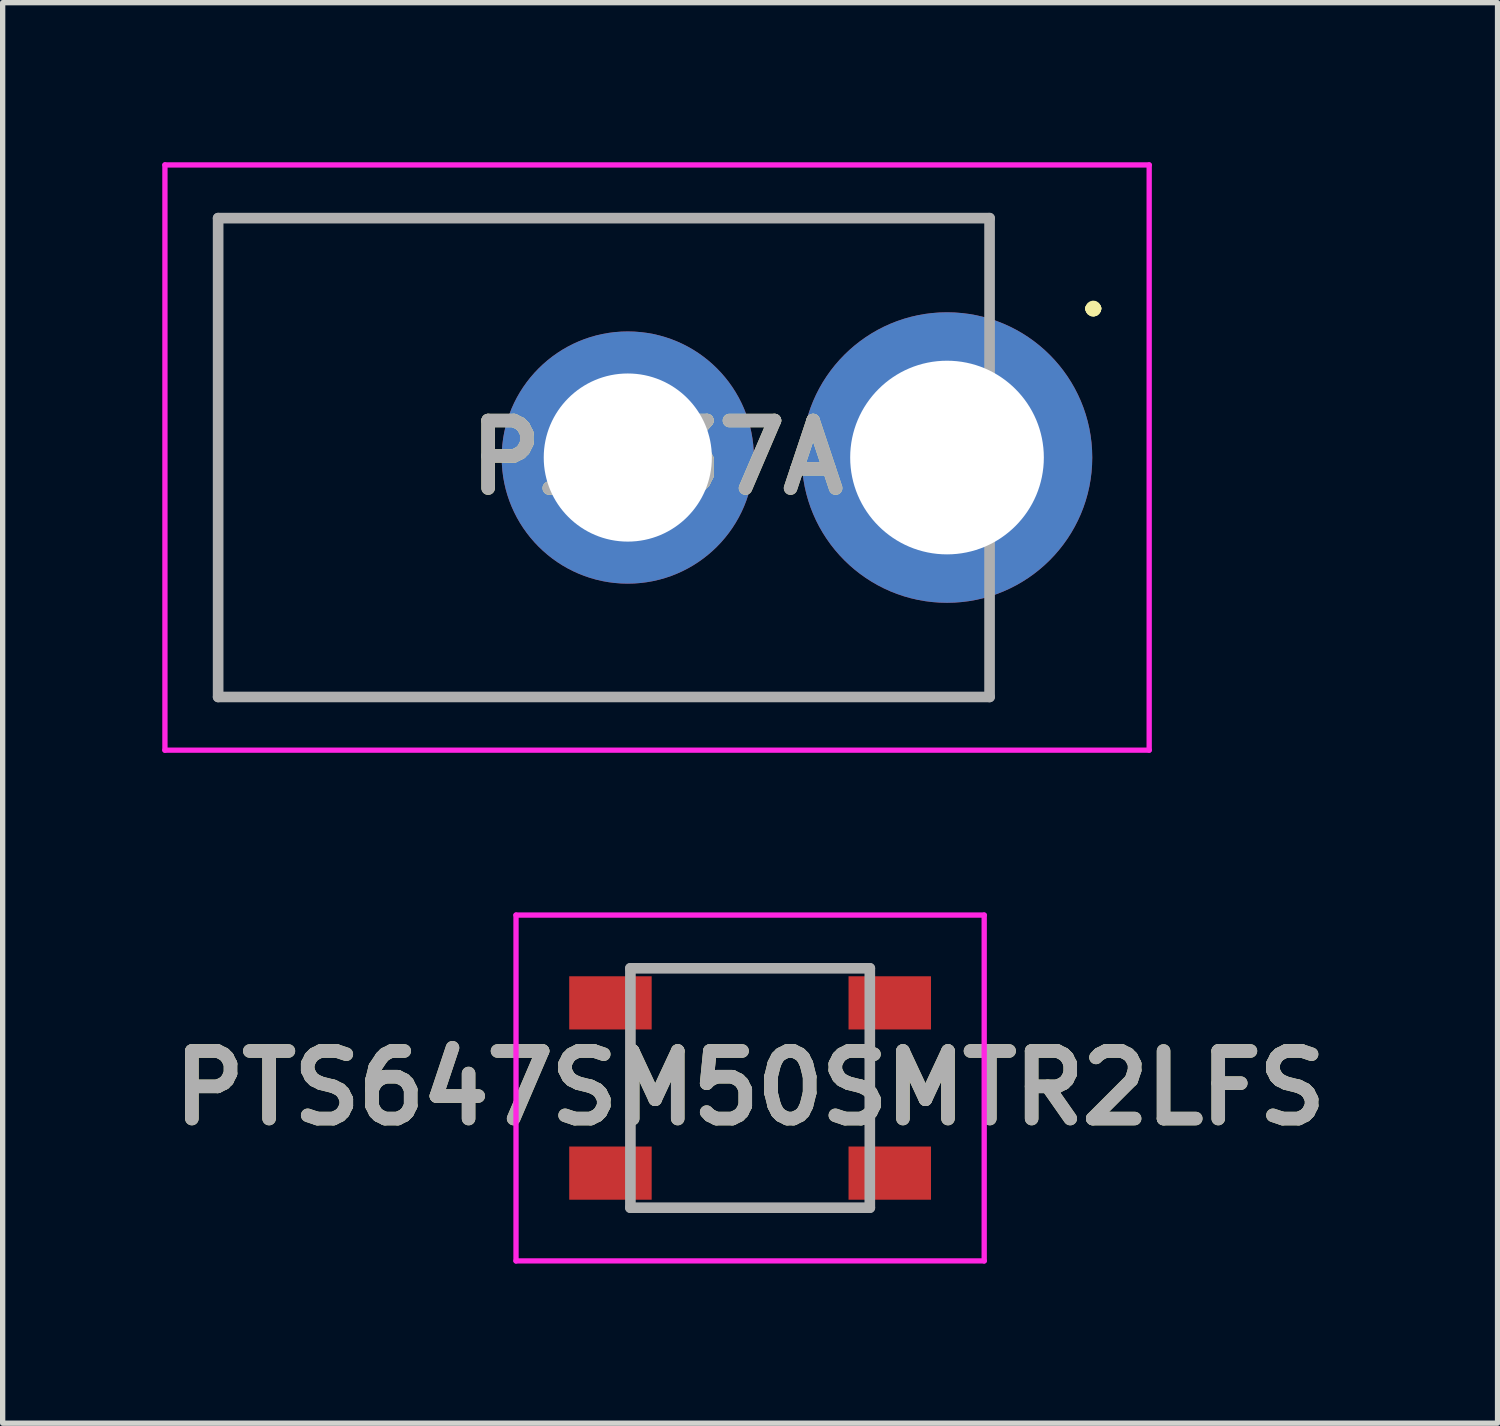
<source format=kicad_pcb>
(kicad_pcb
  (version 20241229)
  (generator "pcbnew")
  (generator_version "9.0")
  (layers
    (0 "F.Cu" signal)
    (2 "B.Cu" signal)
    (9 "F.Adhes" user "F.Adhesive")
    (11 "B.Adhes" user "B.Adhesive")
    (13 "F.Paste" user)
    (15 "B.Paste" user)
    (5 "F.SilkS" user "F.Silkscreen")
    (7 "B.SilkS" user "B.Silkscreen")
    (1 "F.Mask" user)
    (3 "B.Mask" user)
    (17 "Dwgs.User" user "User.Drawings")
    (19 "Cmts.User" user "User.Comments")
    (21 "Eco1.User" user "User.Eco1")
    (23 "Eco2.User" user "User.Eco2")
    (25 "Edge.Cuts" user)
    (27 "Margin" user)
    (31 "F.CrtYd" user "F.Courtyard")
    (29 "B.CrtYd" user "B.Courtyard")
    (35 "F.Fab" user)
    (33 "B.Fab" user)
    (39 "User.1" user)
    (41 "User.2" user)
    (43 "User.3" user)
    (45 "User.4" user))
  (footprint "PJ037A"
    (layer "F.Cu")
    (at 14.75 5.55)
    (property "Reference" "PJ037A" (at -5.45 0 0) (layer "F.SilkS") (effects (font (size 1.27 1.27) (thickness 0.254))))
    (attr through_hole)
    (fp_line (start -13.7 -4.5) (end -13.7 -4.5) (stroke (width 0.1) (type solid)) (layer "F.SilkS"))
    (fp_line (start -13.7 -4.5) (end -13.7 -4.5) (stroke (width 0.1) (type solid)) (layer "F.SilkS"))
    (fp_line (start -13.7 -4.5) (end -13.7 4.5) (stroke (width 0.1) (type solid)) (layer "F.SilkS"))
    (fp_line (start -13.7 -4.5) (end 0.8 -4.5) (stroke (width 0.1) (type solid)) (layer "F.SilkS"))
    (fp_line (start -13.7 4.5) (end -13.7 -4.5) (stroke (width 0.1) (type solid)) (layer "F.SilkS"))
    (fp_line (start -13.7 4.5) (end -13.7 4.5) (stroke (width 0.1) (type solid)) (layer "F.SilkS"))
    (fp_line (start -13.7 4.5) (end -13.7 4.5) (stroke (width 0.1) (type solid)) (layer "F.SilkS"))
    (fp_line (start -13.7 4.5) (end 0.8 4.5) (stroke (width 0.1) (type solid)) (layer "F.SilkS"))
    (fp_line (start 0.8 -4.5) (end -13.7 -4.5) (stroke (width 0.1) (type solid)) (layer "F.SilkS"))
    (fp_line (start 0.8 -4.5) (end 0.8 -4.5) (stroke (width 0.1) (type solid)) (layer "F.SilkS"))
    (fp_line (start 0.8 -4.5) (end 0.8 -4.5) (stroke (width 0.1) (type solid)) (layer "F.SilkS"))
    (fp_line (start 0.8 -4.5) (end 0.8 -3.25) (stroke (width 0.1) (type solid)) (layer "F.SilkS"))
    (fp_line (start 0.8 -3.25) (end 0.8 -4.5) (stroke (width 0.1) (type solid)) (layer "F.SilkS"))
    (fp_line (start 0.8 -3.25) (end 0.8 -3.25) (stroke (width 0.1) (type solid)) (layer "F.SilkS"))
    (fp_line (start 0.8 3.5) (end 0.8 3.5) (stroke (width 0.1) (type solid)) (layer "F.SilkS"))
    (fp_line (start 0.8 3.5) (end 0.8 4.5) (stroke (width 0.1) (type solid)) (layer "F.SilkS"))
    (fp_line (start 0.8 4.5) (end -13.7 4.5) (stroke (width 0.1) (type solid)) (layer "F.SilkS"))
    (fp_line (start 0.8 4.5) (end 0.8 3.5) (stroke (width 0.1) (type solid)) (layer "F.SilkS"))
    (fp_line (start 0.8 4.5) (end 0.8 4.5) (stroke (width 0.1) (type solid)) (layer "F.SilkS"))
    (fp_line (start 0.8 4.5) (end 0.8 4.5) (stroke (width 0.1) (type solid)) (layer "F.SilkS"))
    (fp_line (start 2.7 -2.8) (end 2.7 -2.8) (stroke (width 0.2) (type solid)) (layer "F.SilkS"))
    (fp_line (start 2.7 -2.8) (end 2.7 -2.8) (stroke (width 0.2) (type solid)) (layer "F.SilkS"))
    (fp_line (start 2.8 -2.8) (end 2.8 -2.8) (stroke (width 0.2) (type solid)) (layer "F.SilkS"))
    (fp_arc (start 2.7 -2.8) (mid 2.75 -2.85) (end 2.8 -2.8) (stroke (width 0.2) (type solid)) (layer "F.SilkS"))
    (fp_arc (start 2.8 -2.8) (mid 2.75 -2.75) (end 2.7 -2.8) (stroke (width 0.2) (type solid)) (layer "F.SilkS"))
    (fp_arc (start 2.8 -2.8) (mid 2.75 -2.75) (end 2.7 -2.8) (stroke (width 0.2) (type solid)) (layer "F.SilkS"))
    (fp_line (start -14.7 -5.5) (end 3.8 -5.5) (stroke (width 0.1) (type solid)) (layer "F.CrtYd"))
    (fp_line (start -14.7 5.5) (end -14.7 -5.5) (stroke (width 0.1) (type solid)) (layer "F.CrtYd"))
    (fp_line (start 3.8 -5.5) (end 3.8 5.5) (stroke (width 0.1) (type solid)) (layer "F.CrtYd"))
    (fp_line (start 3.8 5.5) (end -14.7 5.5) (stroke (width 0.1) (type solid)) (layer "F.CrtYd"))
    (fp_line (start -13.7 -4.5) (end -13.7 4.5) (stroke (width 0.2) (type solid)) (layer "F.Fab"))
    (fp_line (start -13.7 4.5) (end 0.8 4.5) (stroke (width 0.2) (type solid)) (layer "F.Fab"))
    (fp_line (start 0.8 -4.5) (end -13.7 -4.5) (stroke (width 0.2) (type solid)) (layer "F.Fab"))
    (fp_line (start 0.8 4.5) (end 0.8 -4.5) (stroke (width 0.2) (type solid)) (layer "F.Fab"))
    (fp_text user "${REFERENCE}" (at -5.45 0 0) (layer "F.Fab") (effects (font (size 1.27 1.27) (thickness 0.254))))
    (pad "1" thru_hole circle (at 0 0) (size 5.46 5.46) (drill 3.64) (layers "*.Cu" "*.Mask"))
    (pad "2" thru_hole circle (at -6 0) (size 4.74 4.74) (drill 3.16) (layers "*.Cu" "*.Mask")))
  (footprint "PTS647SM50SMTR2LFS"
    (layer "F.Cu")
    (at 11.049 17.4)
    (property "Reference" "PTS647SM50SMTR2LFS" (at 0 0 0) (layer "F.SilkS") (effects (font (size 1.27 1.27) (thickness 0.254))))
    (attr smd)
    (fp_line (start -2.25 -0.5) (end -2.25 0.5) (stroke (width 0.1) (type solid)) (layer "F.SilkS"))
    (fp_line (start -1.5 -2.25) (end 1.5 -2.25) (stroke (width 0.1) (type solid)) (layer "F.SilkS"))
    (fp_line (start -1.5 2.25) (end 1.5 2.25) (stroke (width 0.1) (type solid)) (layer "F.SilkS"))
    (fp_line (start 2.25 -0.5) (end 2.25 0.5) (stroke (width 0.1) (type solid)) (layer "F.SilkS"))
    (fp_line (start -4.4 -3.25) (end 4.4 -3.25) (stroke (width 0.1) (type solid)) (layer "F.CrtYd"))
    (fp_line (start -4.4 3.25) (end -4.4 -3.25) (stroke (width 0.1) (type solid)) (layer "F.CrtYd"))
    (fp_line (start 4.4 -3.25) (end 4.4 3.25) (stroke (width 0.1) (type solid)) (layer "F.CrtYd"))
    (fp_line (start 4.4 3.25) (end -4.4 3.25) (stroke (width 0.1) (type solid)) (layer "F.CrtYd"))
    (fp_line (start -2.25 -2.25) (end 2.25 -2.25) (stroke (width 0.2) (type solid)) (layer "F.Fab"))
    (fp_line (start -2.25 2.25) (end -2.25 -2.25) (stroke (width 0.2) (type solid)) (layer "F.Fab"))
    (fp_line (start 2.25 -2.25) (end 2.25 2.25) (stroke (width 0.2) (type solid)) (layer "F.Fab"))
    (fp_line (start 2.25 2.25) (end -2.25 2.25) (stroke (width 0.2) (type solid)) (layer "F.Fab"))
    (fp_text user "${REFERENCE}" (at 0 0 0) (layer "F.Fab") (effects (font (size 1.27 1.27) (thickness 0.254))))
    (pad "1" smd rect (at -2.625 -1.6 90) (size 1 1.55) (layers "F.Cu" "F.Mask" "F.Paste"))
    (pad "2" smd rect (at -2.625 1.6 90) (size 1 1.55) (layers "F.Cu" "F.Mask" "F.Paste"))
    (pad "3" smd rect (at 2.625 1.6 90) (size 1 1.55) (layers "F.Cu" "F.Mask" "F.Paste"))
    (pad "4" smd rect (at 2.625 -1.6 90) (size 1 1.55) (layers "F.Cu" "F.Mask" "F.Paste")))
  (gr_rect
    (start -3 -3)
    (end 25.098 23.7)
    (stroke (width 0.1) (type default))
    (fill no)
    (layer "Edge.Cuts")))
</source>
